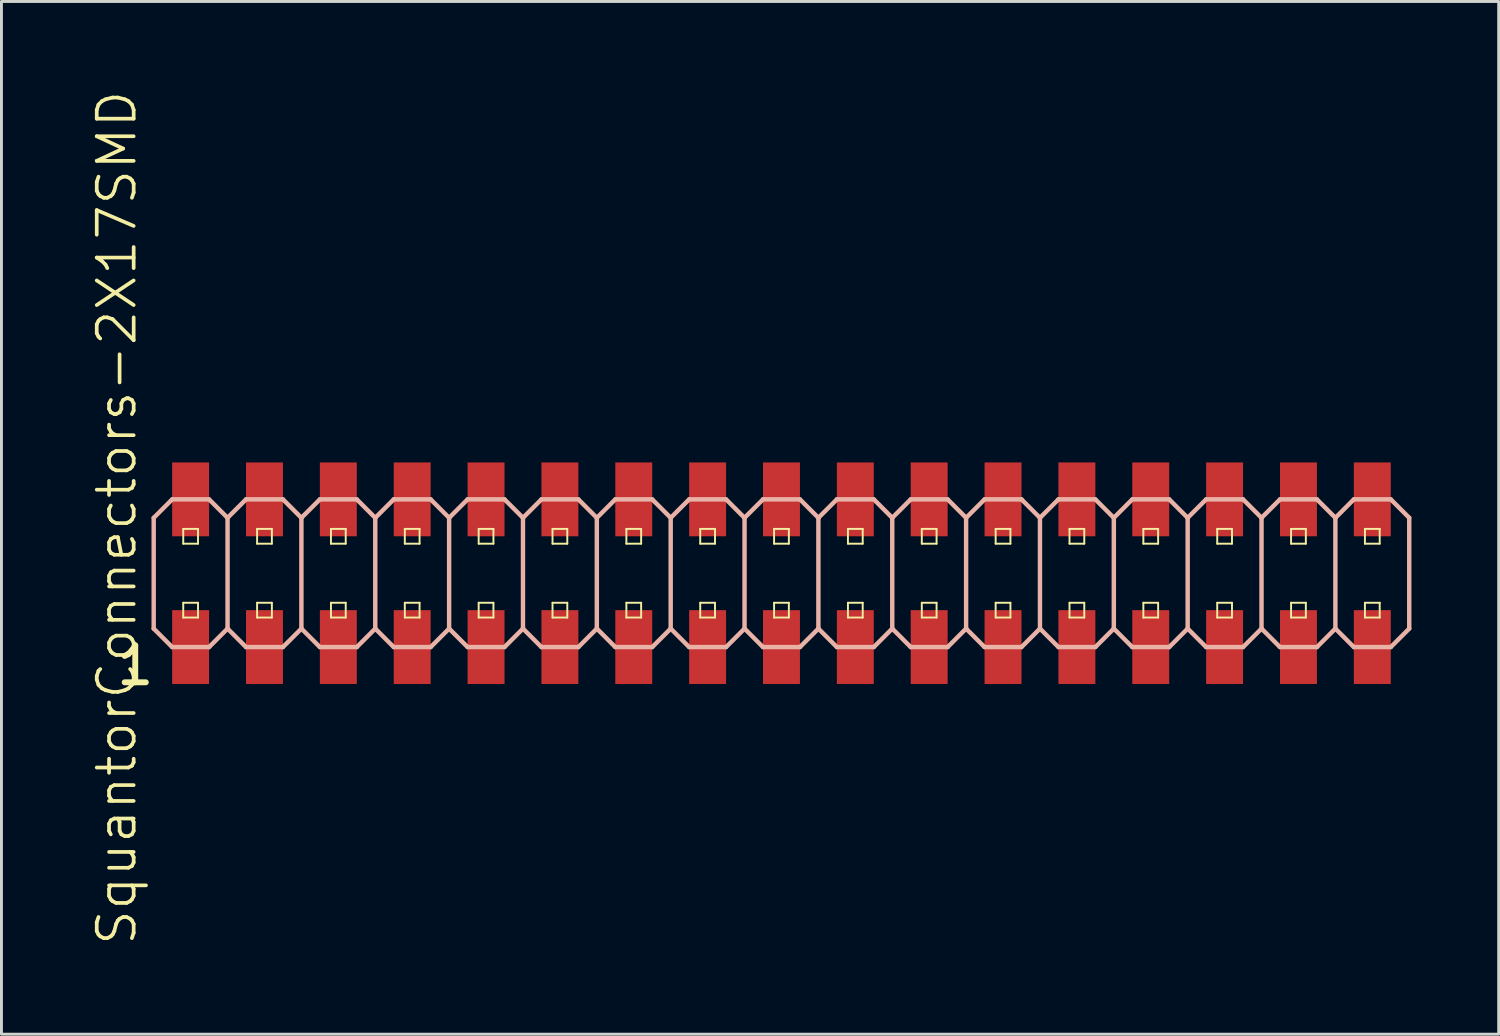
<source format=kicad_pcb>
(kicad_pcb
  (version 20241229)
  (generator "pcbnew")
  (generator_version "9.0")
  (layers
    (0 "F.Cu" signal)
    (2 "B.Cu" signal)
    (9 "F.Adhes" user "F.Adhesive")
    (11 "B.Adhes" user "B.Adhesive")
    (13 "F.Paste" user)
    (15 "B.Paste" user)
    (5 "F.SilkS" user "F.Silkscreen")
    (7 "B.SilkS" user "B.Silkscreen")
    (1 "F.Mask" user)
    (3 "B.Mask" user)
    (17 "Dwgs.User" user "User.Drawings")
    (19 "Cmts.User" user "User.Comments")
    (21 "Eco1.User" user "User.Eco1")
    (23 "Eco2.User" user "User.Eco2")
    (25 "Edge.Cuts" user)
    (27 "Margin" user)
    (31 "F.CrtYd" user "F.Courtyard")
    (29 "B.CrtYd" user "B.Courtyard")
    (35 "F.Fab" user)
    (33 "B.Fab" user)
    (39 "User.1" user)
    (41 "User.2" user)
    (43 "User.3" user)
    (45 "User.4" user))
  (footprint "SquantorConnectors-2X17SMD"
    (layer "F.Cu")
    (at 22.556 16.664)
    (property "Reference" "SquantorConnectors-2X17SMD" (at -21.59 -1.905 90) (layer "F.SilkS") (effects (font (size 1.27 1.27) (thickness 0.127))))
    (attr smd)
    (fp_line (start -19.304 -1.524) (end -18.796 -1.524) (stroke (width 0.066) (type solid)) (layer "F.SilkS"))
    (fp_line (start -19.304 -1.016) (end -19.304 -1.524) (stroke (width 0.066) (type solid)) (layer "F.SilkS"))
    (fp_line (start -19.304 -1.016) (end -18.796 -1.016) (stroke (width 0.066) (type solid)) (layer "F.SilkS"))
    (fp_line (start -19.304 1.016) (end -18.796 1.016) (stroke (width 0.066) (type solid)) (layer "F.SilkS"))
    (fp_line (start -19.304 1.524) (end -19.304 1.016) (stroke (width 0.066) (type solid)) (layer "F.SilkS"))
    (fp_line (start -19.304 1.524) (end -18.796 1.524) (stroke (width 0.066) (type solid)) (layer "F.SilkS"))
    (fp_line (start -18.796 -1.016) (end -18.796 -1.524) (stroke (width 0.066) (type solid)) (layer "F.SilkS"))
    (fp_line (start -18.796 1.524) (end -18.796 1.016) (stroke (width 0.066) (type solid)) (layer "F.SilkS"))
    (fp_line (start -16.764 -1.524) (end -16.256 -1.524) (stroke (width 0.066) (type solid)) (layer "F.SilkS"))
    (fp_line (start -16.764 -1.016) (end -16.764 -1.524) (stroke (width 0.066) (type solid)) (layer "F.SilkS"))
    (fp_line (start -16.764 -1.016) (end -16.256 -1.016) (stroke (width 0.066) (type solid)) (layer "F.SilkS"))
    (fp_line (start -16.764 1.016) (end -16.256 1.016) (stroke (width 0.066) (type solid)) (layer "F.SilkS"))
    (fp_line (start -16.764 1.524) (end -16.764 1.016) (stroke (width 0.066) (type solid)) (layer "F.SilkS"))
    (fp_line (start -16.764 1.524) (end -16.256 1.524) (stroke (width 0.066) (type solid)) (layer "F.SilkS"))
    (fp_line (start -16.256 -1.016) (end -16.256 -1.524) (stroke (width 0.066) (type solid)) (layer "F.SilkS"))
    (fp_line (start -16.256 1.524) (end -16.256 1.016) (stroke (width 0.066) (type solid)) (layer "F.SilkS"))
    (fp_line (start -14.224 -1.524) (end -13.716 -1.524) (stroke (width 0.066) (type solid)) (layer "F.SilkS"))
    (fp_line (start -14.224 -1.016) (end -14.224 -1.524) (stroke (width 0.066) (type solid)) (layer "F.SilkS"))
    (fp_line (start -14.224 -1.016) (end -13.716 -1.016) (stroke (width 0.066) (type solid)) (layer "F.SilkS"))
    (fp_line (start -14.224 1.016) (end -13.716 1.016) (stroke (width 0.066) (type solid)) (layer "F.SilkS"))
    (fp_line (start -14.224 1.524) (end -14.224 1.016) (stroke (width 0.066) (type solid)) (layer "F.SilkS"))
    (fp_line (start -14.224 1.524) (end -13.716 1.524) (stroke (width 0.066) (type solid)) (layer "F.SilkS"))
    (fp_line (start -13.716 -1.016) (end -13.716 -1.524) (stroke (width 0.066) (type solid)) (layer "F.SilkS"))
    (fp_line (start -13.716 1.524) (end -13.716 1.016) (stroke (width 0.066) (type solid)) (layer "F.SilkS"))
    (fp_line (start -11.684 -1.524) (end -11.176 -1.524) (stroke (width 0.066) (type solid)) (layer "F.SilkS"))
    (fp_line (start -11.684 -1.016) (end -11.684 -1.524) (stroke (width 0.066) (type solid)) (layer "F.SilkS"))
    (fp_line (start -11.684 -1.016) (end -11.176 -1.016) (stroke (width 0.066) (type solid)) (layer "F.SilkS"))
    (fp_line (start -11.684 1.016) (end -11.176 1.016) (stroke (width 0.066) (type solid)) (layer "F.SilkS"))
    (fp_line (start -11.684 1.524) (end -11.684 1.016) (stroke (width 0.066) (type solid)) (layer "F.SilkS"))
    (fp_line (start -11.684 1.524) (end -11.176 1.524) (stroke (width 0.066) (type solid)) (layer "F.SilkS"))
    (fp_line (start -11.176 -1.016) (end -11.176 -1.524) (stroke (width 0.066) (type solid)) (layer "F.SilkS"))
    (fp_line (start -11.176 1.524) (end -11.176 1.016) (stroke (width 0.066) (type solid)) (layer "F.SilkS"))
    (fp_line (start -9.144 -1.524) (end -8.636 -1.524) (stroke (width 0.066) (type solid)) (layer "F.SilkS"))
    (fp_line (start -9.144 -1.016) (end -9.144 -1.524) (stroke (width 0.066) (type solid)) (layer "F.SilkS"))
    (fp_line (start -9.144 -1.016) (end -8.636 -1.016) (stroke (width 0.066) (type solid)) (layer "F.SilkS"))
    (fp_line (start -9.144 1.016) (end -8.636 1.016) (stroke (width 0.066) (type solid)) (layer "F.SilkS"))
    (fp_line (start -9.144 1.524) (end -9.144 1.016) (stroke (width 0.066) (type solid)) (layer "F.SilkS"))
    (fp_line (start -9.144 1.524) (end -8.636 1.524) (stroke (width 0.066) (type solid)) (layer "F.SilkS"))
    (fp_line (start -8.636 -1.016) (end -8.636 -1.524) (stroke (width 0.066) (type solid)) (layer "F.SilkS"))
    (fp_line (start -8.636 1.524) (end -8.636 1.016) (stroke (width 0.066) (type solid)) (layer "F.SilkS"))
    (fp_line (start -6.604 -1.524) (end -6.096 -1.524) (stroke (width 0.066) (type solid)) (layer "F.SilkS"))
    (fp_line (start -6.604 -1.016) (end -6.604 -1.524) (stroke (width 0.066) (type solid)) (layer "F.SilkS"))
    (fp_line (start -6.604 -1.016) (end -6.096 -1.016) (stroke (width 0.066) (type solid)) (layer "F.SilkS"))
    (fp_line (start -6.604 1.016) (end -6.096 1.016) (stroke (width 0.066) (type solid)) (layer "F.SilkS"))
    (fp_line (start -6.604 1.524) (end -6.604 1.016) (stroke (width 0.066) (type solid)) (layer "F.SilkS"))
    (fp_line (start -6.604 1.524) (end -6.096 1.524) (stroke (width 0.066) (type solid)) (layer "F.SilkS"))
    (fp_line (start -6.096 -1.016) (end -6.096 -1.524) (stroke (width 0.066) (type solid)) (layer "F.SilkS"))
    (fp_line (start -6.096 1.524) (end -6.096 1.016) (stroke (width 0.066) (type solid)) (layer "F.SilkS"))
    (fp_line (start -4.064 -1.524) (end -3.556 -1.524) (stroke (width 0.066) (type solid)) (layer "F.SilkS"))
    (fp_line (start -4.064 -1.016) (end -4.064 -1.524) (stroke (width 0.066) (type solid)) (layer "F.SilkS"))
    (fp_line (start -4.064 -1.016) (end -3.556 -1.016) (stroke (width 0.066) (type solid)) (layer "F.SilkS"))
    (fp_line (start -4.064 1.016) (end -3.556 1.016) (stroke (width 0.066) (type solid)) (layer "F.SilkS"))
    (fp_line (start -4.064 1.524) (end -4.064 1.016) (stroke (width 0.066) (type solid)) (layer "F.SilkS"))
    (fp_line (start -4.064 1.524) (end -3.556 1.524) (stroke (width 0.066) (type solid)) (layer "F.SilkS"))
    (fp_line (start -3.556 -1.016) (end -3.556 -1.524) (stroke (width 0.066) (type solid)) (layer "F.SilkS"))
    (fp_line (start -3.556 1.524) (end -3.556 1.016) (stroke (width 0.066) (type solid)) (layer "F.SilkS"))
    (fp_line (start -1.524 -1.524) (end -1.016 -1.524) (stroke (width 0.066) (type solid)) (layer "F.SilkS"))
    (fp_line (start -1.524 -1.016) (end -1.524 -1.524) (stroke (width 0.066) (type solid)) (layer "F.SilkS"))
    (fp_line (start -1.524 -1.016) (end -1.016 -1.016) (stroke (width 0.066) (type solid)) (layer "F.SilkS"))
    (fp_line (start -1.524 1.016) (end -1.016 1.016) (stroke (width 0.066) (type solid)) (layer "F.SilkS"))
    (fp_line (start -1.524 1.524) (end -1.524 1.016) (stroke (width 0.066) (type solid)) (layer "F.SilkS"))
    (fp_line (start -1.524 1.524) (end -1.016 1.524) (stroke (width 0.066) (type solid)) (layer "F.SilkS"))
    (fp_line (start -1.016 -1.016) (end -1.016 -1.524) (stroke (width 0.066) (type solid)) (layer "F.SilkS"))
    (fp_line (start -1.016 1.524) (end -1.016 1.016) (stroke (width 0.066) (type solid)) (layer "F.SilkS"))
    (fp_line (start 1.016 -1.524) (end 1.524 -1.524) (stroke (width 0.066) (type solid)) (layer "F.SilkS"))
    (fp_line (start 1.016 -1.016) (end 1.016 -1.524) (stroke (width 0.066) (type solid)) (layer "F.SilkS"))
    (fp_line (start 1.016 -1.016) (end 1.524 -1.016) (stroke (width 0.066) (type solid)) (layer "F.SilkS"))
    (fp_line (start 1.016 1.016) (end 1.524 1.016) (stroke (width 0.066) (type solid)) (layer "F.SilkS"))
    (fp_line (start 1.016 1.524) (end 1.016 1.016) (stroke (width 0.066) (type solid)) (layer "F.SilkS"))
    (fp_line (start 1.016 1.524) (end 1.524 1.524) (stroke (width 0.066) (type solid)) (layer "F.SilkS"))
    (fp_line (start 1.524 -1.016) (end 1.524 -1.524) (stroke (width 0.066) (type solid)) (layer "F.SilkS"))
    (fp_line (start 1.524 1.524) (end 1.524 1.016) (stroke (width 0.066) (type solid)) (layer "F.SilkS"))
    (fp_line (start 3.556 -1.524) (end 4.064 -1.524) (stroke (width 0.066) (type solid)) (layer "F.SilkS"))
    (fp_line (start 3.556 -1.016) (end 3.556 -1.524) (stroke (width 0.066) (type solid)) (layer "F.SilkS"))
    (fp_line (start 3.556 -1.016) (end 4.064 -1.016) (stroke (width 0.066) (type solid)) (layer "F.SilkS"))
    (fp_line (start 3.556 1.016) (end 4.064 1.016) (stroke (width 0.066) (type solid)) (layer "F.SilkS"))
    (fp_line (start 3.556 1.524) (end 3.556 1.016) (stroke (width 0.066) (type solid)) (layer "F.SilkS"))
    (fp_line (start 3.556 1.524) (end 4.064 1.524) (stroke (width 0.066) (type solid)) (layer "F.SilkS"))
    (fp_line (start 4.064 -1.016) (end 4.064 -1.524) (stroke (width 0.066) (type solid)) (layer "F.SilkS"))
    (fp_line (start 4.064 1.524) (end 4.064 1.016) (stroke (width 0.066) (type solid)) (layer "F.SilkS"))
    (fp_line (start 6.096 -1.524) (end 6.604 -1.524) (stroke (width 0.066) (type solid)) (layer "F.SilkS"))
    (fp_line (start 6.096 -1.016) (end 6.096 -1.524) (stroke (width 0.066) (type solid)) (layer "F.SilkS"))
    (fp_line (start 6.096 -1.016) (end 6.604 -1.016) (stroke (width 0.066) (type solid)) (layer "F.SilkS"))
    (fp_line (start 6.096 1.016) (end 6.604 1.016) (stroke (width 0.066) (type solid)) (layer "F.SilkS"))
    (fp_line (start 6.096 1.524) (end 6.096 1.016) (stroke (width 0.066) (type solid)) (layer "F.SilkS"))
    (fp_line (start 6.096 1.524) (end 6.604 1.524) (stroke (width 0.066) (type solid)) (layer "F.SilkS"))
    (fp_line (start 6.604 -1.016) (end 6.604 -1.524) (stroke (width 0.066) (type solid)) (layer "F.SilkS"))
    (fp_line (start 6.604 1.524) (end 6.604 1.016) (stroke (width 0.066) (type solid)) (layer "F.SilkS"))
    (fp_line (start 8.636 -1.524) (end 9.144 -1.524) (stroke (width 0.066) (type solid)) (layer "F.SilkS"))
    (fp_line (start 8.636 -1.016) (end 8.636 -1.524) (stroke (width 0.066) (type solid)) (layer "F.SilkS"))
    (fp_line (start 8.636 -1.016) (end 9.144 -1.016) (stroke (width 0.066) (type solid)) (layer "F.SilkS"))
    (fp_line (start 8.636 1.016) (end 9.144 1.016) (stroke (width 0.066) (type solid)) (layer "F.SilkS"))
    (fp_line (start 8.636 1.524) (end 8.636 1.016) (stroke (width 0.066) (type solid)) (layer "F.SilkS"))
    (fp_line (start 8.636 1.524) (end 9.144 1.524) (stroke (width 0.066) (type solid)) (layer "F.SilkS"))
    (fp_line (start 9.144 -1.016) (end 9.144 -1.524) (stroke (width 0.066) (type solid)) (layer "F.SilkS"))
    (fp_line (start 9.144 1.524) (end 9.144 1.016) (stroke (width 0.066) (type solid)) (layer "F.SilkS"))
    (fp_line (start 11.176 -1.524) (end 11.684 -1.524) (stroke (width 0.066) (type solid)) (layer "F.SilkS"))
    (fp_line (start 11.176 -1.016) (end 11.176 -1.524) (stroke (width 0.066) (type solid)) (layer "F.SilkS"))
    (fp_line (start 11.176 -1.016) (end 11.684 -1.016) (stroke (width 0.066) (type solid)) (layer "F.SilkS"))
    (fp_line (start 11.176 1.016) (end 11.684 1.016) (stroke (width 0.066) (type solid)) (layer "F.SilkS"))
    (fp_line (start 11.176 1.524) (end 11.176 1.016) (stroke (width 0.066) (type solid)) (layer "F.SilkS"))
    (fp_line (start 11.176 1.524) (end 11.684 1.524) (stroke (width 0.066) (type solid)) (layer "F.SilkS"))
    (fp_line (start 11.684 -1.016) (end 11.684 -1.524) (stroke (width 0.066) (type solid)) (layer "F.SilkS"))
    (fp_line (start 11.684 1.524) (end 11.684 1.016) (stroke (width 0.066) (type solid)) (layer "F.SilkS"))
    (fp_line (start 13.716 -1.524) (end 14.224 -1.524) (stroke (width 0.066) (type solid)) (layer "F.SilkS"))
    (fp_line (start 13.716 -1.016) (end 13.716 -1.524) (stroke (width 0.066) (type solid)) (layer "F.SilkS"))
    (fp_line (start 13.716 -1.016) (end 14.224 -1.016) (stroke (width 0.066) (type solid)) (layer "F.SilkS"))
    (fp_line (start 13.716 1.016) (end 14.224 1.016) (stroke (width 0.066) (type solid)) (layer "F.SilkS"))
    (fp_line (start 13.716 1.524) (end 13.716 1.016) (stroke (width 0.066) (type solid)) (layer "F.SilkS"))
    (fp_line (start 13.716 1.524) (end 14.224 1.524) (stroke (width 0.066) (type solid)) (layer "F.SilkS"))
    (fp_line (start 14.224 -1.016) (end 14.224 -1.524) (stroke (width 0.066) (type solid)) (layer "F.SilkS"))
    (fp_line (start 14.224 1.524) (end 14.224 1.016) (stroke (width 0.066) (type solid)) (layer "F.SilkS"))
    (fp_line (start 16.256 -1.524) (end 16.764 -1.524) (stroke (width 0.066) (type solid)) (layer "F.SilkS"))
    (fp_line (start 16.256 -1.016) (end 16.256 -1.524) (stroke (width 0.066) (type solid)) (layer "F.SilkS"))
    (fp_line (start 16.256 -1.016) (end 16.764 -1.016) (stroke (width 0.066) (type solid)) (layer "F.SilkS"))
    (fp_line (start 16.256 1.016) (end 16.764 1.016) (stroke (width 0.066) (type solid)) (layer "F.SilkS"))
    (fp_line (start 16.256 1.524) (end 16.256 1.016) (stroke (width 0.066) (type solid)) (layer "F.SilkS"))
    (fp_line (start 16.256 1.524) (end 16.764 1.524) (stroke (width 0.066) (type solid)) (layer "F.SilkS"))
    (fp_line (start 16.764 -1.016) (end 16.764 -1.524) (stroke (width 0.066) (type solid)) (layer "F.SilkS"))
    (fp_line (start 16.764 1.524) (end 16.764 1.016) (stroke (width 0.066) (type solid)) (layer "F.SilkS"))
    (fp_line (start 18.796 -1.524) (end 19.304 -1.524) (stroke (width 0.066) (type solid)) (layer "F.SilkS"))
    (fp_line (start 18.796 -1.016) (end 18.796 -1.524) (stroke (width 0.066) (type solid)) (layer "F.SilkS"))
    (fp_line (start 18.796 -1.016) (end 19.304 -1.016) (stroke (width 0.066) (type solid)) (layer "F.SilkS"))
    (fp_line (start 18.796 1.016) (end 19.304 1.016) (stroke (width 0.066) (type solid)) (layer "F.SilkS"))
    (fp_line (start 18.796 1.524) (end 18.796 1.016) (stroke (width 0.066) (type solid)) (layer "F.SilkS"))
    (fp_line (start 18.796 1.524) (end 19.304 1.524) (stroke (width 0.066) (type solid)) (layer "F.SilkS"))
    (fp_line (start 19.304 -1.016) (end 19.304 -1.524) (stroke (width 0.066) (type solid)) (layer "F.SilkS"))
    (fp_line (start 19.304 1.524) (end 19.304 1.016) (stroke (width 0.066) (type solid)) (layer "F.SilkS"))
    (fp_line (start 21.336 -1.524) (end 21.844 -1.524) (stroke (width 0.066) (type solid)) (layer "F.SilkS"))
    (fp_line (start 21.336 -1.016) (end 21.336 -1.524) (stroke (width 0.066) (type solid)) (layer "F.SilkS"))
    (fp_line (start 21.336 -1.016) (end 21.844 -1.016) (stroke (width 0.066) (type solid)) (layer "F.SilkS"))
    (fp_line (start 21.336 1.016) (end 21.844 1.016) (stroke (width 0.066) (type solid)) (layer "F.SilkS"))
    (fp_line (start 21.336 1.524) (end 21.336 1.016) (stroke (width 0.066) (type solid)) (layer "F.SilkS"))
    (fp_line (start 21.336 1.524) (end 21.844 1.524) (stroke (width 0.066) (type solid)) (layer "F.SilkS"))
    (fp_line (start 21.844 -1.016) (end 21.844 -1.524) (stroke (width 0.066) (type solid)) (layer "F.SilkS"))
    (fp_line (start 21.844 1.524) (end 21.844 1.016) (stroke (width 0.066) (type solid)) (layer "F.SilkS"))
    (fp_line (start -20.32 -1.905) (end -19.685 -2.54) (stroke (width 0.152) (type solid)) (layer "B.SilkS"))
    (fp_line (start -20.32 1.905) (end -20.32 -1.905) (stroke (width 0.152) (type solid)) (layer "B.SilkS"))
    (fp_line (start -20.32 1.905) (end -19.685 2.54) (stroke (width 0.152) (type solid)) (layer "B.SilkS"))
    (fp_line (start -19.685 -2.54) (end -18.415 -2.54) (stroke (width 0.152) (type solid)) (layer "B.SilkS"))
    (fp_line (start -19.685 2.54) (end -18.415 2.54) (stroke (width 0.152) (type solid)) (layer "B.SilkS"))
    (fp_line (start -18.415 -2.54) (end -17.78 -1.905) (stroke (width 0.152) (type solid)) (layer "B.SilkS"))
    (fp_line (start -18.415 2.54) (end -17.78 1.905) (stroke (width 0.152) (type solid)) (layer "B.SilkS"))
    (fp_line (start -17.78 -1.905) (end -17.78 1.905) (stroke (width 0.152) (type solid)) (layer "B.SilkS"))
    (fp_line (start -17.78 -1.905) (end -17.145 -2.54) (stroke (width 0.152) (type solid)) (layer "B.SilkS"))
    (fp_line (start -17.78 1.905) (end -17.145 2.54) (stroke (width 0.152) (type solid)) (layer "B.SilkS"))
    (fp_line (start -17.145 -2.54) (end -15.875 -2.54) (stroke (width 0.152) (type solid)) (layer "B.SilkS"))
    (fp_line (start -17.145 2.54) (end -15.875 2.54) (stroke (width 0.152) (type solid)) (layer "B.SilkS"))
    (fp_line (start -15.875 -2.54) (end -15.24 -1.905) (stroke (width 0.152) (type solid)) (layer "B.SilkS"))
    (fp_line (start -15.875 2.54) (end -15.24 1.905) (stroke (width 0.152) (type solid)) (layer "B.SilkS"))
    (fp_line (start -15.24 -1.905) (end -15.24 1.905) (stroke (width 0.152) (type solid)) (layer "B.SilkS"))
    (fp_line (start -15.24 -1.905) (end -14.605 -2.54) (stroke (width 0.152) (type solid)) (layer "B.SilkS"))
    (fp_line (start -15.24 1.905) (end -14.605 2.54) (stroke (width 0.152) (type solid)) (layer "B.SilkS"))
    (fp_line (start -14.605 -2.54) (end -13.335 -2.54) (stroke (width 0.152) (type solid)) (layer "B.SilkS"))
    (fp_line (start -14.605 2.54) (end -13.335 2.54) (stroke (width 0.152) (type solid)) (layer "B.SilkS"))
    (fp_line (start -13.335 -2.54) (end -12.7 -1.905) (stroke (width 0.152) (type solid)) (layer "B.SilkS"))
    (fp_line (start -13.335 2.54) (end -12.7 1.905) (stroke (width 0.152) (type solid)) (layer "B.SilkS"))
    (fp_line (start -12.7 -1.905) (end -12.7 1.905) (stroke (width 0.152) (type solid)) (layer "B.SilkS"))
    (fp_line (start -12.7 -1.905) (end -12.065 -2.54) (stroke (width 0.152) (type solid)) (layer "B.SilkS"))
    (fp_line (start -12.7 1.905) (end -12.065 2.54) (stroke (width 0.152) (type solid)) (layer "B.SilkS"))
    (fp_line (start -12.065 -2.54) (end -10.795 -2.54) (stroke (width 0.152) (type solid)) (layer "B.SilkS"))
    (fp_line (start -12.065 2.54) (end -10.795 2.54) (stroke (width 0.152) (type solid)) (layer "B.SilkS"))
    (fp_line (start -10.795 -2.54) (end -10.16 -1.905) (stroke (width 0.152) (type solid)) (layer "B.SilkS"))
    (fp_line (start -10.795 2.54) (end -10.16 1.905) (stroke (width 0.152) (type solid)) (layer "B.SilkS"))
    (fp_line (start -10.16 -1.905) (end -10.16 1.905) (stroke (width 0.152) (type solid)) (layer "B.SilkS"))
    (fp_line (start -10.16 -1.905) (end -9.525 -2.54) (stroke (width 0.152) (type solid)) (layer "B.SilkS"))
    (fp_line (start -10.16 1.905) (end -9.525 2.54) (stroke (width 0.152) (type solid)) (layer "B.SilkS"))
    (fp_line (start -9.525 -2.54) (end -8.255 -2.54) (stroke (width 0.152) (type solid)) (layer "B.SilkS"))
    (fp_line (start -9.525 2.54) (end -8.255 2.54) (stroke (width 0.152) (type solid)) (layer "B.SilkS"))
    (fp_line (start -8.255 -2.54) (end -7.62 -1.905) (stroke (width 0.152) (type solid)) (layer "B.SilkS"))
    (fp_line (start -8.255 2.54) (end -7.62 1.905) (stroke (width 0.152) (type solid)) (layer "B.SilkS"))
    (fp_line (start -7.62 -1.905) (end -7.62 1.905) (stroke (width 0.152) (type solid)) (layer "B.SilkS"))
    (fp_line (start -7.62 -1.905) (end -6.985 -2.54) (stroke (width 0.152) (type solid)) (layer "B.SilkS"))
    (fp_line (start -7.62 1.905) (end -6.985 2.54) (stroke (width 0.152) (type solid)) (layer "B.SilkS"))
    (fp_line (start -6.985 -2.54) (end -5.715 -2.54) (stroke (width 0.152) (type solid)) (layer "B.SilkS"))
    (fp_line (start -6.985 2.54) (end -5.715 2.54) (stroke (width 0.152) (type solid)) (layer "B.SilkS"))
    (fp_line (start -5.715 -2.54) (end -5.08 -1.905) (stroke (width 0.152) (type solid)) (layer "B.SilkS"))
    (fp_line (start -5.715 2.54) (end -5.08 1.905) (stroke (width 0.152) (type solid)) (layer "B.SilkS"))
    (fp_line (start -5.08 -1.905) (end -5.08 1.905) (stroke (width 0.152) (type solid)) (layer "B.SilkS"))
    (fp_line (start -5.08 -1.905) (end -4.445 -2.54) (stroke (width 0.152) (type solid)) (layer "B.SilkS"))
    (fp_line (start -5.08 1.905) (end -4.445 2.54) (stroke (width 0.152) (type solid)) (layer "B.SilkS"))
    (fp_line (start -4.445 -2.54) (end -3.175 -2.54) (stroke (width 0.152) (type solid)) (layer "B.SilkS"))
    (fp_line (start -3.175 -2.54) (end -2.54 -1.905) (stroke (width 0.152) (type solid)) (layer "B.SilkS"))
    (fp_line (start -3.175 2.54) (end -4.445 2.54) (stroke (width 0.152) (type solid)) (layer "B.SilkS"))
    (fp_line (start -2.54 -1.905) (end -2.54 1.905) (stroke (width 0.152) (type solid)) (layer "B.SilkS"))
    (fp_line (start -2.54 -1.905) (end -1.905 -2.54) (stroke (width 0.152) (type solid)) (layer "B.SilkS"))
    (fp_line (start -2.54 1.905) (end -3.175 2.54) (stroke (width 0.152) (type solid)) (layer "B.SilkS"))
    (fp_line (start -2.54 1.905) (end -1.905 2.54) (stroke (width 0.152) (type solid)) (layer "B.SilkS"))
    (fp_line (start -1.905 -2.54) (end -0.635 -2.54) (stroke (width 0.152) (type solid)) (layer "B.SilkS"))
    (fp_line (start -0.635 -2.54) (end 0 -1.905) (stroke (width 0.152) (type solid)) (layer "B.SilkS"))
    (fp_line (start -0.635 2.54) (end -1.905 2.54) (stroke (width 0.152) (type solid)) (layer "B.SilkS"))
    (fp_line (start 0 -1.905) (end 0 1.905) (stroke (width 0.152) (type solid)) (layer "B.SilkS"))
    (fp_line (start 0 -1.905) (end 0.635 -2.54) (stroke (width 0.152) (type solid)) (layer "B.SilkS"))
    (fp_line (start 0 1.905) (end -0.635 2.54) (stroke (width 0.152) (type solid)) (layer "B.SilkS"))
    (fp_line (start 0 1.905) (end 0.635 2.54) (stroke (width 0.152) (type solid)) (layer "B.SilkS"))
    (fp_line (start 0.635 -2.54) (end 1.905 -2.54) (stroke (width 0.152) (type solid)) (layer "B.SilkS"))
    (fp_line (start 1.905 -2.54) (end 2.54 -1.905) (stroke (width 0.152) (type solid)) (layer "B.SilkS"))
    (fp_line (start 1.905 2.54) (end 0.635 2.54) (stroke (width 0.152) (type solid)) (layer "B.SilkS"))
    (fp_line (start 2.54 -1.905) (end 2.54 1.905) (stroke (width 0.152) (type solid)) (layer "B.SilkS"))
    (fp_line (start 2.54 -1.905) (end 3.175 -2.54) (stroke (width 0.152) (type solid)) (layer "B.SilkS"))
    (fp_line (start 2.54 1.905) (end 1.905 2.54) (stroke (width 0.152) (type solid)) (layer "B.SilkS"))
    (fp_line (start 2.54 1.905) (end 3.175 2.54) (stroke (width 0.152) (type solid)) (layer "B.SilkS"))
    (fp_line (start 3.175 -2.54) (end 4.445 -2.54) (stroke (width 0.152) (type solid)) (layer "B.SilkS"))
    (fp_line (start 4.445 -2.54) (end 5.08 -1.905) (stroke (width 0.152) (type solid)) (layer "B.SilkS"))
    (fp_line (start 4.445 2.54) (end 3.175 2.54) (stroke (width 0.152) (type solid)) (layer "B.SilkS"))
    (fp_line (start 5.08 -1.905) (end 5.08 1.905) (stroke (width 0.152) (type solid)) (layer "B.SilkS"))
    (fp_line (start 5.08 -1.905) (end 5.715 -2.54) (stroke (width 0.152) (type solid)) (layer "B.SilkS"))
    (fp_line (start 5.08 1.905) (end 4.445 2.54) (stroke (width 0.152) (type solid)) (layer "B.SilkS"))
    (fp_line (start 5.08 1.905) (end 5.715 2.54) (stroke (width 0.152) (type solid)) (layer "B.SilkS"))
    (fp_line (start 5.715 -2.54) (end 6.985 -2.54) (stroke (width 0.152) (type solid)) (layer "B.SilkS"))
    (fp_line (start 6.985 -2.54) (end 7.62 -1.905) (stroke (width 0.152) (type solid)) (layer "B.SilkS"))
    (fp_line (start 6.985 2.54) (end 5.715 2.54) (stroke (width 0.152) (type solid)) (layer "B.SilkS"))
    (fp_line (start 7.62 -1.905) (end 7.62 1.905) (stroke (width 0.152) (type solid)) (layer "B.SilkS"))
    (fp_line (start 7.62 -1.905) (end 8.255 -2.54) (stroke (width 0.152) (type solid)) (layer "B.SilkS"))
    (fp_line (start 7.62 1.905) (end 6.985 2.54) (stroke (width 0.152) (type solid)) (layer "B.SilkS"))
    (fp_line (start 7.62 1.905) (end 8.255 2.54) (stroke (width 0.152) (type solid)) (layer "B.SilkS"))
    (fp_line (start 8.255 -2.54) (end 9.525 -2.54) (stroke (width 0.152) (type solid)) (layer "B.SilkS"))
    (fp_line (start 9.525 2.54) (end 8.255 2.54) (stroke (width 0.152) (type solid)) (layer "B.SilkS"))
    (fp_line (start 10.16 -1.905) (end 9.525 -2.54) (stroke (width 0.152) (type solid)) (layer "B.SilkS"))
    (fp_line (start 10.16 -1.905) (end 10.16 1.905) (stroke (width 0.152) (type solid)) (layer "B.SilkS"))
    (fp_line (start 10.16 -1.905) (end 10.795 -2.54) (stroke (width 0.152) (type solid)) (layer "B.SilkS"))
    (fp_line (start 10.16 1.905) (end 9.525 2.54) (stroke (width 0.152) (type solid)) (layer "B.SilkS"))
    (fp_line (start 10.16 1.905) (end 10.795 2.54) (stroke (width 0.152) (type solid)) (layer "B.SilkS"))
    (fp_line (start 12.065 -2.54) (end 10.795 -2.54) (stroke (width 0.152) (type solid)) (layer "B.SilkS"))
    (fp_line (start 12.065 -2.54) (end 12.7 -1.905) (stroke (width 0.152) (type solid)) (layer "B.SilkS"))
    (fp_line (start 12.065 2.54) (end 10.795 2.54) (stroke (width 0.152) (type solid)) (layer "B.SilkS"))
    (fp_line (start 12.7 -1.905) (end 12.7 1.905) (stroke (width 0.152) (type solid)) (layer "B.SilkS"))
    (fp_line (start 12.7 -1.905) (end 13.335 -2.54) (stroke (width 0.152) (type solid)) (layer "B.SilkS"))
    (fp_line (start 12.7 1.905) (end 12.065 2.54) (stroke (width 0.152) (type solid)) (layer "B.SilkS"))
    (fp_line (start 12.7 1.905) (end 13.335 2.54) (stroke (width 0.152) (type solid)) (layer "B.SilkS"))
    (fp_line (start 14.605 -2.54) (end 13.335 -2.54) (stroke (width 0.152) (type solid)) (layer "B.SilkS"))
    (fp_line (start 14.605 -2.54) (end 15.24 -1.905) (stroke (width 0.152) (type solid)) (layer "B.SilkS"))
    (fp_line (start 14.605 2.54) (end 13.335 2.54) (stroke (width 0.152) (type solid)) (layer "B.SilkS"))
    (fp_line (start 15.24 -1.905) (end 15.24 1.905) (stroke (width 0.152) (type solid)) (layer "B.SilkS"))
    (fp_line (start 15.24 -1.905) (end 15.875 -2.54) (stroke (width 0.152) (type solid)) (layer "B.SilkS"))
    (fp_line (start 15.24 1.905) (end 14.605 2.54) (stroke (width 0.152) (type solid)) (layer "B.SilkS"))
    (fp_line (start 15.875 2.54) (end 15.24 1.905) (stroke (width 0.152) (type solid)) (layer "B.SilkS"))
    (fp_line (start 15.875 2.54) (end 17.145 2.54) (stroke (width 0.152) (type solid)) (layer "B.SilkS"))
    (fp_line (start 17.145 -2.54) (end 15.875 -2.54) (stroke (width 0.152) (type solid)) (layer "B.SilkS"))
    (fp_line (start 17.145 -2.54) (end 17.78 -1.905) (stroke (width 0.152) (type solid)) (layer "B.SilkS"))
    (fp_line (start 17.78 -1.905) (end 17.78 1.905) (stroke (width 0.152) (type solid)) (layer "B.SilkS"))
    (fp_line (start 17.78 -1.905) (end 18.415 -2.54) (stroke (width 0.152) (type solid)) (layer "B.SilkS"))
    (fp_line (start 17.78 1.905) (end 17.145 2.54) (stroke (width 0.152) (type solid)) (layer "B.SilkS"))
    (fp_line (start 18.415 2.54) (end 17.78 1.905) (stroke (width 0.152) (type solid)) (layer "B.SilkS"))
    (fp_line (start 18.415 2.54) (end 19.685 2.54) (stroke (width 0.152) (type solid)) (layer "B.SilkS"))
    (fp_line (start 19.685 -2.54) (end 18.415 -2.54) (stroke (width 0.152) (type solid)) (layer "B.SilkS"))
    (fp_line (start 19.685 -2.54) (end 20.32 -1.905) (stroke (width 0.152) (type solid)) (layer "B.SilkS"))
    (fp_line (start 20.32 -1.905) (end 20.32 1.905) (stroke (width 0.152) (type solid)) (layer "B.SilkS"))
    (fp_line (start 20.32 -1.905) (end 20.955 -2.54) (stroke (width 0.152) (type solid)) (layer "B.SilkS"))
    (fp_line (start 20.32 1.905) (end 19.685 2.54) (stroke (width 0.152) (type solid)) (layer "B.SilkS"))
    (fp_line (start 20.32 1.905) (end 20.955 2.54) (stroke (width 0.152) (type solid)) (layer "B.SilkS"))
    (fp_line (start 22.225 -2.54) (end 20.955 -2.54) (stroke (width 0.152) (type solid)) (layer "B.SilkS"))
    (fp_line (start 22.225 -2.54) (end 22.86 -1.905) (stroke (width 0.152) (type solid)) (layer "B.SilkS"))
    (fp_line (start 22.225 2.54) (end 20.955 2.54) (stroke (width 0.152) (type solid)) (layer "B.SilkS"))
    (fp_line (start 22.86 -1.905) (end 22.86 1.905) (stroke (width 0.152) (type solid)) (layer "B.SilkS"))
    (fp_line (start 22.86 1.905) (end 22.225 2.54) (stroke (width 0.152) (type solid)) (layer "B.SilkS"))
    (fp_text user "1" (at -20.955 3.175 0) (layer "F.SilkS") (effects (font (size 1.27 1.27) (thickness 0.203))))
    (pad "1" smd rect (at -19.05 2.54 90) (size 2.54 1.27) (layers "F.Cu" "F.Mask" "F.Paste"))
    (pad "2" smd rect (at -19.05 -2.54 270) (size 2.54 1.27) (layers "F.Cu" "F.Mask" "F.Paste"))
    (pad "3" smd rect (at -16.51 2.54 90) (size 2.54 1.27) (layers "F.Cu" "F.Mask" "F.Paste"))
    (pad "4" smd rect (at -16.51 -2.54 270) (size 2.54 1.27) (layers "F.Cu" "F.Mask" "F.Paste"))
    (pad "5" smd rect (at -13.97 2.54 90) (size 2.54 1.27) (layers "F.Cu" "F.Mask" "F.Paste"))
    (pad "6" smd rect (at -13.97 -2.54 270) (size 2.54 1.27) (layers "F.Cu" "F.Mask" "F.Paste"))
    (pad "7" smd rect (at -11.43 2.54 270) (size 2.54 1.27) (layers "F.Cu" "F.Mask" "F.Paste"))
    (pad "8" smd rect (at -11.43 -2.54 270) (size 2.54 1.27) (layers "F.Cu" "F.Mask" "F.Paste"))
    (pad "9" smd rect (at -8.89 2.54 270) (size 2.54 1.27) (layers "F.Cu" "F.Mask" "F.Paste"))
    (pad "10" smd rect (at -8.89 -2.54 270) (size 2.54 1.27) (layers "F.Cu" "F.Mask" "F.Paste"))
    (pad "11" smd rect (at -6.35 2.54 270) (size 2.54 1.27) (layers "F.Cu" "F.Mask" "F.Paste"))
    (pad "12" smd rect (at -6.35 -2.54 270) (size 2.54 1.27) (layers "F.Cu" "F.Mask" "F.Paste"))
    (pad "13" smd rect (at -3.81 2.54 270) (size 2.54 1.27) (layers "F.Cu" "F.Mask" "F.Paste"))
    (pad "14" smd rect (at -3.81 -2.54 270) (size 2.54 1.27) (layers "F.Cu" "F.Mask" "F.Paste"))
    (pad "15" smd rect (at -1.27 2.54 270) (size 2.54 1.27) (layers "F.Cu" "F.Mask" "F.Paste"))
    (pad "16" smd rect (at -1.27 -2.54 270) (size 2.54 1.27) (layers "F.Cu" "F.Mask" "F.Paste"))
    (pad "17" smd rect (at 1.27 2.54 270) (size 2.54 1.27) (layers "F.Cu" "F.Mask" "F.Paste"))
    (pad "18" smd rect (at 1.27 -2.54 270) (size 2.54 1.27) (layers "F.Cu" "F.Mask" "F.Paste"))
    (pad "19" smd rect (at 3.81 2.54 270) (size 2.54 1.27) (layers "F.Cu" "F.Mask" "F.Paste"))
    (pad "20" smd rect (at 3.81 -2.54 270) (size 2.54 1.27) (layers "F.Cu" "F.Mask" "F.Paste"))
    (pad "21" smd rect (at 6.35 2.54 270) (size 2.54 1.27) (layers "F.Cu" "F.Mask" "F.Paste"))
    (pad "22" smd rect (at 6.35 -2.54 270) (size 2.54 1.27) (layers "F.Cu" "F.Mask" "F.Paste"))
    (pad "23" smd rect (at 8.89 2.54 270) (size 2.54 1.27) (layers "F.Cu" "F.Mask" "F.Paste"))
    (pad "24" smd rect (at 8.89 -2.54 270) (size 2.54 1.27) (layers "F.Cu" "F.Mask" "F.Paste"))
    (pad "25" smd rect (at 11.43 2.54 270) (size 2.54 1.27) (layers "F.Cu" "F.Mask" "F.Paste"))
    (pad "26" smd rect (at 11.43 -2.54 270) (size 2.54 1.27) (layers "F.Cu" "F.Mask" "F.Paste"))
    (pad "27" smd rect (at 13.97 2.54 270) (size 2.54 1.27) (layers "F.Cu" "F.Mask" "F.Paste"))
    (pad "28" smd rect (at 13.97 -2.54 270) (size 2.54 1.27) (layers "F.Cu" "F.Mask" "F.Paste"))
    (pad "29" smd rect (at 16.51 2.54 270) (size 2.54 1.27) (layers "F.Cu" "F.Mask" "F.Paste"))
    (pad "30" smd rect (at 16.51 -2.54 270) (size 2.54 1.27) (layers "F.Cu" "F.Mask" "F.Paste"))
    (pad "31" smd rect (at 19.05 2.54 270) (size 2.54 1.27) (layers "F.Cu" "F.Mask" "F.Paste"))
    (pad "32" smd rect (at 19.05 -2.54 270) (size 2.54 1.27) (layers "F.Cu" "F.Mask" "F.Paste"))
    (pad "33" smd rect (at 21.59 2.54 270) (size 2.54 1.27) (layers "F.Cu" "F.Mask" "F.Paste"))
    (pad "34" smd rect (at 21.59 -2.54 270) (size 2.54 1.27) (layers "F.Cu" "F.Mask" "F.Paste")))
  (gr_rect
    (start -3 -3)
    (end 48.492 32.518)
    (stroke (width 0.1) (type default))
    (fill no)
    (layer "Edge.Cuts")))
</source>
